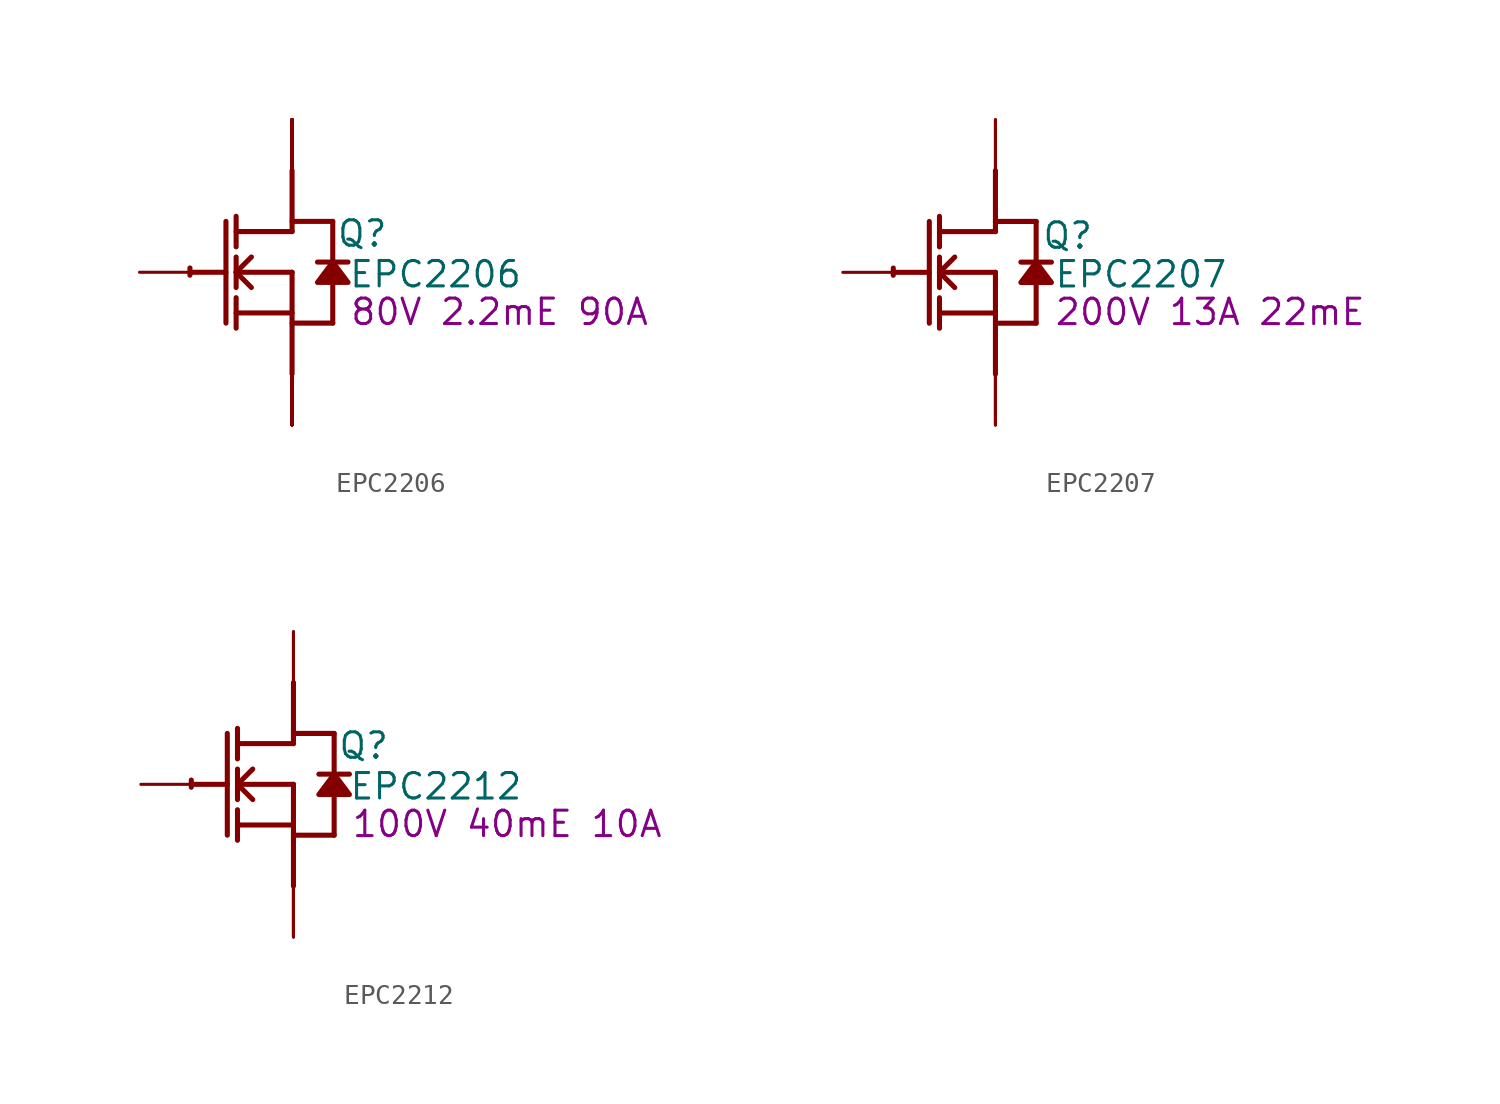
<source format=kicad_sym>
(kicad_symbol_lib
  (version 20220914)
  (generator kicad_symbol_editor)
  (symbol "EPC2206"
    (property "Reference" "Q"
      (at 3.505 1.93 0)
      (effects (font (size 1.27 1.27))))
    (property "Value" "EPC2206"
      (at 7.163 -0.102 0)
      (effects (font (size 1.27 1.27))))
    (property "Description" "80V 2.2mE 90A"
      (at 10.363 -1.981 0)
      (effects (font (size 1.27 1.27))))
    (symbol "EPC2206_1_0"
      (arc (start -5.0996 0.2128) (mid -5.1039 0.0331) (end -5.1019 -0.1467) (stroke (width 0.254) (type solid)) (fill (type none)))
      (polyline (pts (xy -5.08 0) (xy -3.302 0)) (stroke (width 0.254) (type solid)) (fill (type none)))
      (polyline (pts (xy -3.302 2.54) (xy -3.302 -2.54)) (stroke (width 0.254) (type solid)) (fill (type none)))
      (polyline (pts (xy -2.794 -2.794) (xy -2.794 -1.27)) (stroke (width 0.254) (type solid)) (fill (type none)))
      (polyline (pts (xy -2.794 -2.032) (xy 0 -2.032)) (stroke (width 0.254) (type solid)) (fill (type none)))
      (polyline (pts (xy -2.794 -0.762) (xy -2.794 0.762)) (stroke (width 0.254) (type solid)) (fill (type none)))
      (polyline (pts (xy -2.794 0) (xy -2.032 0.762)) (stroke (width 0.254) (type solid)) (fill (type none)))
      (polyline (pts (xy -2.794 0) (xy 0 0)) (stroke (width 0.254) (type solid)) (fill (type none)))
      (polyline (pts (xy -2.794 1.27) (xy -2.794 2.794)) (stroke (width 0.254) (type solid)) (fill (type none)))
      (polyline (pts (xy -2.032 -0.762) (xy -2.794 0)) (stroke (width 0.254) (type solid)) (fill (type none)))
      (polyline (pts (xy 0 -2.54) (xy 2.032 -2.54)) (stroke (width 0.254) (type solid)) (fill (type none)))
      (polyline (pts (xy 0 0) (xy 0 -5.08)) (stroke (width 0.254) (type solid)) (fill (type none)))
      (polyline (pts (xy 0 2.032) (xy -2.794 2.032)) (stroke (width 0.254) (type solid)) (fill (type none)))
      (polyline (pts (xy 0 2.032) (xy 0 5.08)) (stroke (width 0.254) (type solid)) (fill (type none)))
      (polyline (pts (xy 0 2.54) (xy 2.032 2.54)) (stroke (width 0.254) (type solid)) (fill (type none)))
      (polyline (pts (xy 2.032 -0.508) (xy 2.032 -2.54)) (stroke (width 0.254) (type solid)) (fill (type none)))
      (polyline (pts (xy 2.032 2.54) (xy 2.032 0.508)) (stroke (width 0.254) (type solid)) (fill (type none)))
      (polyline (pts (xy 2.794 0.508) (xy 1.27 0.508)) (stroke (width 0.254) (type solid)) (fill (type none)))
      (polyline (pts (xy 2.032 0.508) (xy 1.27 -0.508) (xy 2.794 -0.508) (xy 2.032 0.508)) (stroke (width 0.254) (type solid)) (fill (type outline)))
      (pin passive line (at -7.62 0 0) (length 2.54) (name "G" (effects (font (size 0 0)))) (number "1" (effects (font (size 0 0)))))
      (pin open_emitter line (at 0 -7.62 90) (length 2.54) (name "S5" (effects (font (size 0 0)))) (number "10" (effects (font (size 0 0)))))
      (pin open_collector line (at 0 7.62 270) (length 2.54) (name "D5" (effects (font (size 0 0)))) (number "11" (effects (font (size 0 0)))))
      (pin open_collector line (at 0 7.62 270) (length 2.54) (name "D6" (effects (font (size 0 0)))) (number "12" (effects (font (size 0 0)))))
      (pin open_emitter line (at 0 -7.62 90) (length 2.54) (name "S6" (effects (font (size 0 0)))) (number "13" (effects (font (size 0 0)))))
      (pin open_emitter line (at 0 -7.62 90) (length 2.54) (name "S7" (effects (font (size 0 0)))) (number "14" (effects (font (size 0 0)))))
      (pin open_collector line (at 0 7.62 270) (length 2.54) (name "D7" (effects (font (size 0 0)))) (number "15" (effects (font (size 0 0)))))
      (pin open_collector line (at 0 7.62 270) (length 2.54) (name "D8" (effects (font (size 0 0)))) (number "16" (effects (font (size 0 0)))))
      (pin open_emitter line (at 0 -7.62 90) (length 2.54) (name "S8" (effects (font (size 0 0)))) (number "17" (effects (font (size 0 0)))))
      (pin open_emitter line (at 0 -7.62 90) (length 2.54) (name "S9" (effects (font (size 0 0)))) (number "18" (effects (font (size 0 0)))))
      (pin open_collector line (at 0 7.62 270) (length 2.54) (name "D9" (effects (font (size 0 0)))) (number "19" (effects (font (size 0 0)))))
      (pin open_emitter line (at 0 -7.62 90) (length 2.54) (name "S1" (effects (font (size 0 0)))) (number "2" (effects (font (size 0 0)))))
      (pin open_collector line (at 0 7.62 270) (length 2.54) (name "D10" (effects (font (size 0 0)))) (number "20" (effects (font (size 0 0)))))
      (pin open_emitter line (at 0 -7.62 90) (length 2.54) (name "S10" (effects (font (size 0 0)))) (number "21" (effects (font (size 0 0)))))
      (pin open_emitter line (at 0 -7.62 90) (length 2.54) (name "S11" (effects (font (size 0 0)))) (number "22" (effects (font (size 0 0)))))
      (pin open_collector line (at 0 7.62 270) (length 2.54) (name "D11" (effects (font (size 0 0)))) (number "23" (effects (font (size 0 0)))))
      (pin open_collector line (at 0 7.62 270) (length 2.54) (name "D12" (effects (font (size 0 0)))) (number "24" (effects (font (size 0 0)))))
      (pin open_emitter line (at 0 -7.62 90) (length 2.54) (name "S12" (effects (font (size 0 0)))) (number "25" (effects (font (size 0 0)))))
      (pin open_emitter line (at 0 -7.62 90) (length 2.54) (name "S13" (effects (font (size 0 0)))) (number "26" (effects (font (size 0 0)))))
      (pin open_collector line (at 0 7.62 270) (length 2.54) (name "D13" (effects (font (size 0 0)))) (number "27" (effects (font (size 0 0)))))
      (pin open_collector line (at 0 7.62 270) (length 2.54) (name "D14" (effects (font (size 0 0)))) (number "28" (effects (font (size 0 0)))))
      (pin open_emitter line (at 0 -7.62 90) (length 2.54) (name "S14" (effects (font (size 0 0)))) (number "29" (effects (font (size 0 0)))))
      (pin open_collector line (at 0 7.62 270) (length 2.54) (name "D1" (effects (font (size 0 0)))) (number "3" (effects (font (size 0 0)))))
      (pin open_emitter line (at 0 -7.62 90) (length 2.54) (name "Sub" (effects (font (size 0 0)))) (number "30" (effects (font (size 0 0)))))
      (pin open_collector line (at 0 7.62 270) (length 2.54) (name "D2" (effects (font (size 0 0)))) (number "4" (effects (font (size 0 0)))))
      (pin open_emitter line (at 0 -7.62 90) (length 2.54) (name "S2" (effects (font (size 0 0)))) (number "5" (effects (font (size 0 0)))))
      (pin open_emitter line (at 0 -7.62 90) (length 2.54) (name "S3" (effects (font (size 0 0)))) (number "6" (effects (font (size 0 0)))))
      (pin open_collector line (at 0 7.62 270) (length 2.54) (name "D3" (effects (font (size 0 0)))) (number "7" (effects (font (size 0 0)))))
      (pin open_collector line (at 0 7.62 270) (length 2.54) (name "D4" (effects (font (size 0 0)))) (number "8" (effects (font (size 0 0)))))
      (pin open_emitter line (at 0 -7.62 90) (length 2.54) (name "S4" (effects (font (size 0 0)))) (number "9" (effects (font (size 0 0)))))))
  (symbol "EPC2207"
    (property "Reference" "Q"
      (at 3.607 1.829 0)
      (effects (font (size 1.27 1.27))))
    (property "Value" "EPC2207"
      (at 7.264 -0.102 0)
      (effects (font (size 1.27 1.27))))
    (property "Description" "200V 13A 22mE"
      (at 10.719 -1.981 0)
      (effects (font (size 1.27 1.27))))
    (symbol "EPC2207_1_0"
      (arc (start -5.0996 0.2128) (mid -5.1039 0.0331) (end -5.1019 -0.1467) (stroke (width 0.254) (type solid)) (fill (type none)))
      (polyline (pts (xy -5.08 0) (xy -3.302 0)) (stroke (width 0.254) (type solid)) (fill (type none)))
      (polyline (pts (xy -3.302 2.54) (xy -3.302 -2.54)) (stroke (width 0.254) (type solid)) (fill (type none)))
      (polyline (pts (xy -2.794 -2.794) (xy -2.794 -1.27)) (stroke (width 0.254) (type solid)) (fill (type none)))
      (polyline (pts (xy -2.794 -2.032) (xy 0 -2.032)) (stroke (width 0.254) (type solid)) (fill (type none)))
      (polyline (pts (xy -2.794 -0.762) (xy -2.794 0.762)) (stroke (width 0.254) (type solid)) (fill (type none)))
      (polyline (pts (xy -2.794 0) (xy -2.032 0.762)) (stroke (width 0.254) (type solid)) (fill (type none)))
      (polyline (pts (xy -2.794 0) (xy 0 0)) (stroke (width 0.254) (type solid)) (fill (type none)))
      (polyline (pts (xy -2.794 1.27) (xy -2.794 2.794)) (stroke (width 0.254) (type solid)) (fill (type none)))
      (polyline (pts (xy -2.032 -0.762) (xy -2.794 0)) (stroke (width 0.254) (type solid)) (fill (type none)))
      (polyline (pts (xy 0 -2.54) (xy 2.032 -2.54)) (stroke (width 0.254) (type solid)) (fill (type none)))
      (polyline (pts (xy 0 0) (xy 0 -5.08)) (stroke (width 0.254) (type solid)) (fill (type none)))
      (polyline (pts (xy 0 2.032) (xy -2.794 2.032)) (stroke (width 0.254) (type solid)) (fill (type none)))
      (polyline (pts (xy 0 2.032) (xy 0 5.08)) (stroke (width 0.254) (type solid)) (fill (type none)))
      (polyline (pts (xy 0 2.54) (xy 2.032 2.54)) (stroke (width 0.254) (type solid)) (fill (type none)))
      (polyline (pts (xy 2.032 -0.508) (xy 2.032 -2.54)) (stroke (width 0.254) (type solid)) (fill (type none)))
      (polyline (pts (xy 2.032 2.54) (xy 2.032 0.508)) (stroke (width 0.254) (type solid)) (fill (type none)))
      (polyline (pts (xy 2.794 0.508) (xy 1.27 0.508)) (stroke (width 0.254) (type solid)) (fill (type none)))
      (polyline (pts (xy 2.032 0.508) (xy 1.27 -0.508) (xy 2.794 -0.508) (xy 2.032 0.508)) (stroke (width 0.254) (type solid)) (fill (type outline)))
      (pin passive line (at -7.62 0 0) (length 2.54) (name "G" (effects (font (size 0 0)))) (number "1" (effects (font (size 0 0)))))
      (pin open_emitter line (at 0 -7.62 90) (length 2.54) (name "S" (effects (font (size 0 0)))) (number "2" (effects (font (size 0 0)))))
      (pin open_collector line (at 0 7.62 270) (length 2.54) (name "D" (effects (font (size 0 0)))) (number "3" (effects (font (size 0 0)))))
      (pin open_emitter line (at 0 -7.62 90) (length 2.54) (name "S" (effects (font (size 0 0)))) (number "4" (effects (font (size 0 0)))))
      (pin open_collector line (at 0 7.62 270) (length 2.54) (name "D" (effects (font (size 0 0)))) (number "5" (effects (font (size 0 0)))))
      (pin open_emitter line (at 0 -7.62 90) (length 2.54) (name "S" (effects (font (size 0 0)))) (number "6" (effects (font (size 0 0)))))))
  (symbol "EPC2212"
    (property "Reference" "Q"
      (at 3.505 1.93 0)
      (effects (font (size 1.27 1.27))))
    (property "Value" "EPC2212"
      (at 7.112 -0.102 0)
      (effects (font (size 1.27 1.27))))
    (property "Description" "100V 40mE 10A"
      (at 10.668 -1.981 0)
      (effects (font (size 1.27 1.27))))
    (symbol "EPC2212_1_0"
      (arc (start -5.0996 0.2128) (mid -5.1039 0.0331) (end -5.1019 -0.1467) (stroke (width 0.254) (type solid)) (fill (type none)))
      (polyline (pts (xy -5.08 0) (xy -3.302 0)) (stroke (width 0.254) (type solid)) (fill (type none)))
      (polyline (pts (xy -3.302 2.54) (xy -3.302 -2.54)) (stroke (width 0.254) (type solid)) (fill (type none)))
      (polyline (pts (xy -2.794 -2.794) (xy -2.794 -1.27)) (stroke (width 0.254) (type solid)) (fill (type none)))
      (polyline (pts (xy -2.794 -2.032) (xy 0 -2.032)) (stroke (width 0.254) (type solid)) (fill (type none)))
      (polyline (pts (xy -2.794 -0.762) (xy -2.794 0.762)) (stroke (width 0.254) (type solid)) (fill (type none)))
      (polyline (pts (xy -2.794 0) (xy -2.032 0.762)) (stroke (width 0.254) (type solid)) (fill (type none)))
      (polyline (pts (xy -2.794 0) (xy 0 0)) (stroke (width 0.254) (type solid)) (fill (type none)))
      (polyline (pts (xy -2.794 1.27) (xy -2.794 2.794)) (stroke (width 0.254) (type solid)) (fill (type none)))
      (polyline (pts (xy -2.032 -0.762) (xy -2.794 0)) (stroke (width 0.254) (type solid)) (fill (type none)))
      (polyline (pts (xy 0 -2.54) (xy 2.032 -2.54)) (stroke (width 0.254) (type solid)) (fill (type none)))
      (polyline (pts (xy 0 0) (xy 0 -5.08)) (stroke (width 0.254) (type solid)) (fill (type none)))
      (polyline (pts (xy 0 2.032) (xy -2.794 2.032)) (stroke (width 0.254) (type solid)) (fill (type none)))
      (polyline (pts (xy 0 2.032) (xy 0 5.08)) (stroke (width 0.254) (type solid)) (fill (type none)))
      (polyline (pts (xy 0 2.54) (xy 2.032 2.54)) (stroke (width 0.254) (type solid)) (fill (type none)))
      (polyline (pts (xy 2.032 -0.508) (xy 2.032 -2.54)) (stroke (width 0.254) (type solid)) (fill (type none)))
      (polyline (pts (xy 2.032 2.54) (xy 2.032 0.508)) (stroke (width 0.254) (type solid)) (fill (type none)))
      (polyline (pts (xy 2.794 0.508) (xy 1.27 0.508)) (stroke (width 0.254) (type solid)) (fill (type none)))
      (polyline (pts (xy 2.032 0.508) (xy 1.27 -0.508) (xy 2.794 -0.508) (xy 2.032 0.508)) (stroke (width 0.254) (type solid)) (fill (type outline)))
      (pin passive line (at -7.62 0 0) (length 2.54) (name "G" (effects (font (size 0 0)))) (number "1" (effects (font (size 0 0)))))
      (pin open_emitter line (at 0 -7.62 90) (length 2.54) (name "Sub" (effects (font (size 0 0)))) (number "2" (effects (font (size 0 0)))))
      (pin open_collector line (at 0 7.62 270) (length 2.54) (name "D1" (effects (font (size 0 0)))) (number "3" (effects (font (size 0 0)))))
      (pin open_emitter line (at 0 -7.62 90) (length 2.54) (name "SP1" (effects (font (size 0 0)))) (number "4" (effects (font (size 0 0)))))
      (pin open_collector line (at 0 7.62 270) (length 2.54) (name "D2" (effects (font (size 0 0)))) (number "5" (effects (font (size 0 0)))))
      (pin open_emitter line (at 0 -7.62 90) (length 2.54) (name "SP2" (effects (font (size 0 0)))) (number "6" (effects (font (size 0 0))))))))
</source>
